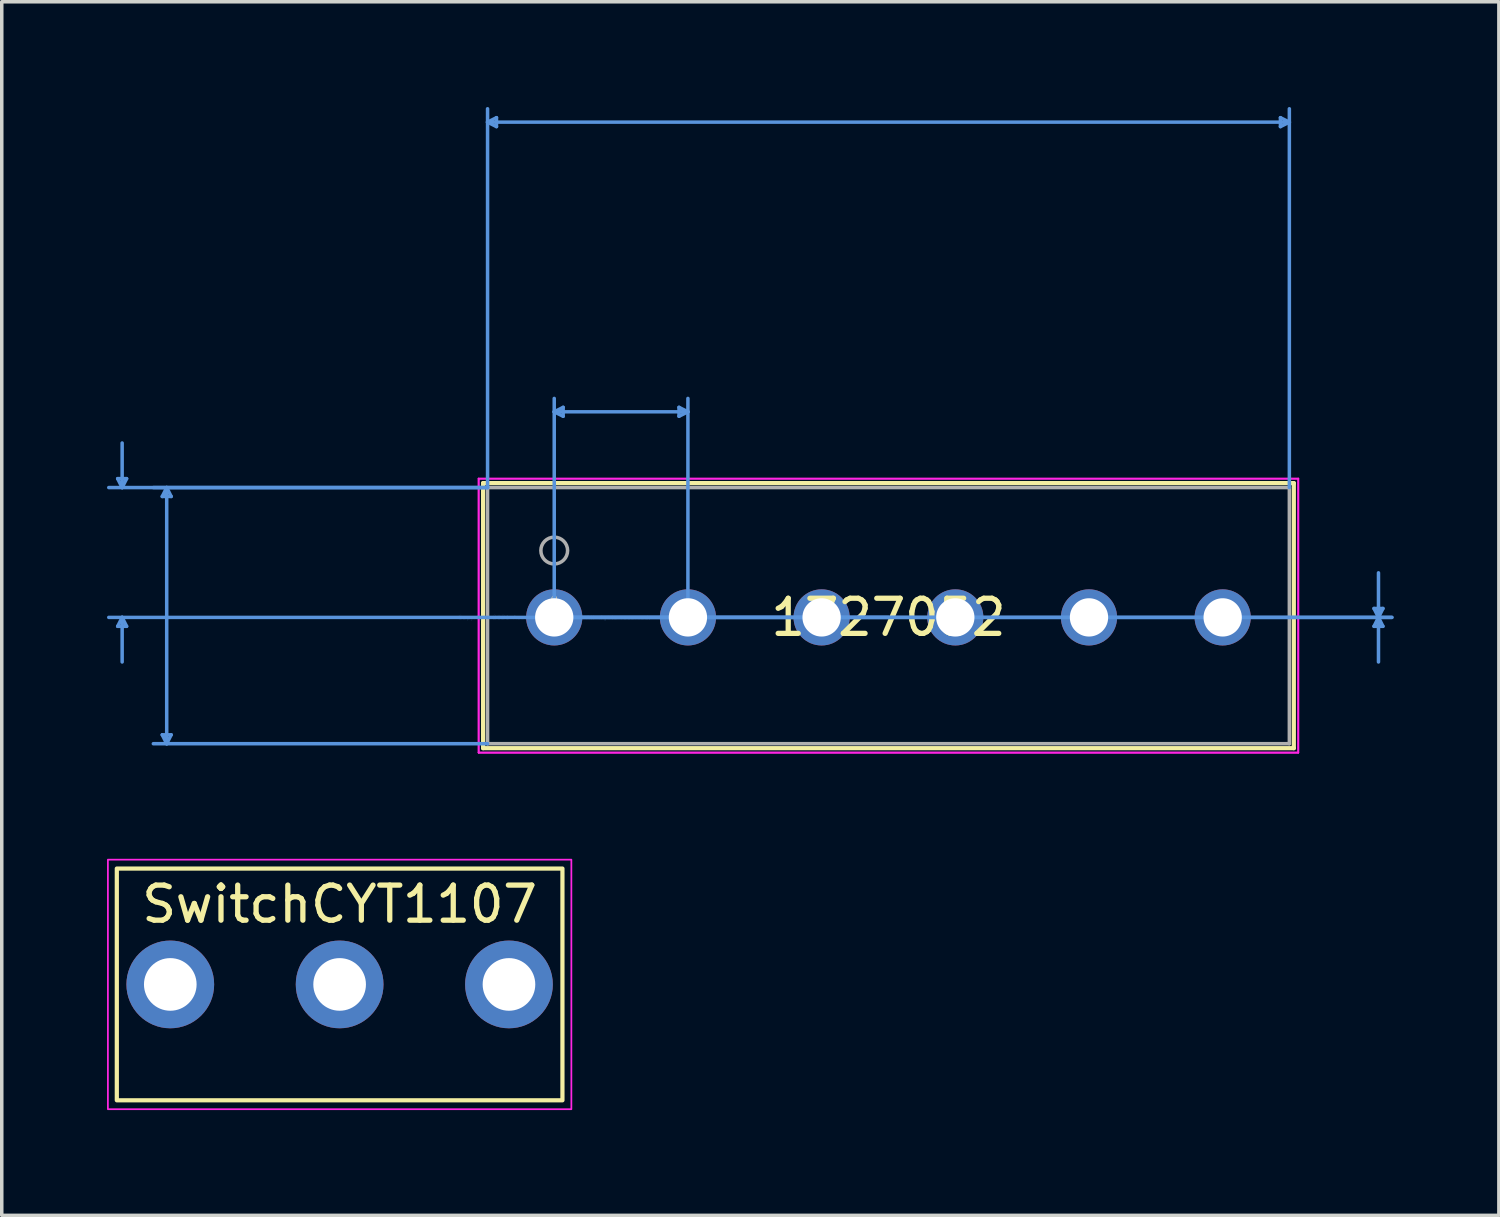
<source format=kicad_pcb>
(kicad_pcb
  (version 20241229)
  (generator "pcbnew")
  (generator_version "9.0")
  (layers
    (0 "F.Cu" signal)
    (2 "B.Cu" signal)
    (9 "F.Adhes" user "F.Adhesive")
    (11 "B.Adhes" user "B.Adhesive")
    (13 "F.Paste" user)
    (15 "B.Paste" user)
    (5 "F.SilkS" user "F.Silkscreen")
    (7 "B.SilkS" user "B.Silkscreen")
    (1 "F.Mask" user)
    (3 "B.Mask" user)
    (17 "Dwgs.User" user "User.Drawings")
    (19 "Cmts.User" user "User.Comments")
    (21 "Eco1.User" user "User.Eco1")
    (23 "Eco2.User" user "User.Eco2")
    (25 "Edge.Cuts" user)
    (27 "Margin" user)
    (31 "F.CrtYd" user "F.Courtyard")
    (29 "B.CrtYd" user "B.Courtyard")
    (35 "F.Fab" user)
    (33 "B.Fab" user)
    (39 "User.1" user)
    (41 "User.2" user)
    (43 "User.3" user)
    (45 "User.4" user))
  (footprint "1727052"
    (layer "F.Cu")
    (at 12.745 14.545)
    (property "Reference" "1727052" (at 9.525 0 0) (layer "F.SilkS") (effects (font (size 1 1) (thickness 0.15))))
    (attr through_hole)
    (fp_line (start -2.027 -3.827) (end -2.027 3.727) (stroke (width 0.12) (type solid)) (layer "F.SilkS"))
    (fp_line (start -2.027 3.727) (end 21.077 3.727) (stroke (width 0.12) (type solid)) (layer "F.SilkS"))
    (fp_line (start 21.077 -3.827) (end -2.027 -3.827) (stroke (width 0.12) (type solid)) (layer "F.SilkS"))
    (fp_line (start 21.077 3.727) (end 21.077 -3.827) (stroke (width 0.12) (type solid)) (layer "F.SilkS"))
    (fp_line (start -12.441 -3.954) (end -12.187 -3.954) (stroke (width 0.1) (type solid)) (layer "Cmts.User"))
    (fp_line (start -12.441 0.254) (end -12.187 0.254) (stroke (width 0.1) (type solid)) (layer "Cmts.User"))
    (fp_line (start -12.314 -3.7) (end -12.441 -3.954) (stroke (width 0.1) (type solid)) (layer "Cmts.User"))
    (fp_line (start -12.314 -3.7) (end -12.314 -4.97) (stroke (width 0.1) (type solid)) (layer "Cmts.User"))
    (fp_line (start -12.314 -3.7) (end -12.187 -3.954) (stroke (width 0.1) (type solid)) (layer "Cmts.User"))
    (fp_line (start -12.314 0) (end -12.441 0.254) (stroke (width 0.1) (type solid)) (layer "Cmts.User"))
    (fp_line (start -12.314 0) (end -12.314 1.27) (stroke (width 0.1) (type solid)) (layer "Cmts.User"))
    (fp_line (start -12.314 0) (end -12.187 0.254) (stroke (width 0.1) (type solid)) (layer "Cmts.User"))
    (fp_line (start -11.171 -3.446) (end -10.917 -3.446) (stroke (width 0.1) (type solid)) (layer "Cmts.User"))
    (fp_line (start -11.171 3.346) (end -10.917 3.346) (stroke (width 0.1) (type solid)) (layer "Cmts.User"))
    (fp_line (start -11.044 -3.7) (end -11.171 -3.446) (stroke (width 0.1) (type solid)) (layer "Cmts.User"))
    (fp_line (start -11.044 -3.7) (end -11.044 3.6) (stroke (width 0.1) (type solid)) (layer "Cmts.User"))
    (fp_line (start -11.044 -3.7) (end -10.917 -3.446) (stroke (width 0.1) (type solid)) (layer "Cmts.User"))
    (fp_line (start -11.044 3.6) (end -11.171 3.346) (stroke (width 0.1) (type solid)) (layer "Cmts.User"))
    (fp_line (start -11.044 3.6) (end -10.917 3.346) (stroke (width 0.1) (type solid)) (layer "Cmts.User"))
    (fp_line (start -1.9 -14.114) (end -1.646 -14.241) (stroke (width 0.1) (type solid)) (layer "Cmts.User"))
    (fp_line (start -1.9 -14.114) (end -1.646 -13.987) (stroke (width 0.1) (type solid)) (layer "Cmts.User"))
    (fp_line (start -1.9 -14.114) (end 20.95 -14.114) (stroke (width 0.1) (type solid)) (layer "Cmts.User"))
    (fp_line (start -1.9 -3.7) (end -12.695 -3.7) (stroke (width 0.1) (type solid)) (layer "Cmts.User"))
    (fp_line (start -1.9 -3.7) (end -11.425 -3.7) (stroke (width 0.1) (type solid)) (layer "Cmts.User"))
    (fp_line (start -1.9 -3.7) (end -1.9 -14.495) (stroke (width 0.1) (type solid)) (layer "Cmts.User"))
    (fp_line (start -1.9 3.6) (end -11.425 3.6) (stroke (width 0.1) (type solid)) (layer "Cmts.User"))
    (fp_line (start -1.646 -14.241) (end -1.646 -13.987) (stroke (width 0.1) (type solid)) (layer "Cmts.User"))
    (fp_line (start 0 -5.859) (end 0.254 -5.986) (stroke (width 0.1) (type solid)) (layer "Cmts.User"))
    (fp_line (start 0 -5.859) (end 0.254 -5.732) (stroke (width 0.1) (type solid)) (layer "Cmts.User"))
    (fp_line (start 0 -5.859) (end 3.81 -5.859) (stroke (width 0.1) (type solid)) (layer "Cmts.User"))
    (fp_line (start 0 0) (end 0 -6.24) (stroke (width 0.1) (type solid)) (layer "Cmts.User"))
    (fp_line (start 0 0) (end 23.871 0) (stroke (width 0.1) (type solid)) (layer "Cmts.User"))
    (fp_line (start 0 0) (end 23.871 0) (stroke (width 0.1) (type solid)) (layer "Cmts.User"))
    (fp_line (start 0.254 -5.986) (end 0.254 -5.732) (stroke (width 0.1) (type solid)) (layer "Cmts.User"))
    (fp_line (start 3.556 -5.986) (end 3.556 -5.732) (stroke (width 0.1) (type solid)) (layer "Cmts.User"))
    (fp_line (start 3.81 -5.859) (end 3.556 -5.986) (stroke (width 0.1) (type solid)) (layer "Cmts.User"))
    (fp_line (start 3.81 -5.859) (end 3.556 -5.732) (stroke (width 0.1) (type solid)) (layer "Cmts.User"))
    (fp_line (start 3.81 0) (end 3.81 -6.24) (stroke (width 0.1) (type solid)) (layer "Cmts.User"))
    (fp_line (start 9.525 0) (end -12.695 0) (stroke (width 0.1) (type solid)) (layer "Cmts.User"))
    (fp_line (start 20.696 -14.241) (end 20.696 -13.987) (stroke (width 0.1) (type solid)) (layer "Cmts.User"))
    (fp_line (start 20.95 -14.114) (end 20.696 -14.241) (stroke (width 0.1) (type solid)) (layer "Cmts.User"))
    (fp_line (start 20.95 -14.114) (end 20.696 -13.987) (stroke (width 0.1) (type solid)) (layer "Cmts.User"))
    (fp_line (start 20.95 -3.7) (end 20.95 -14.495) (stroke (width 0.1) (type solid)) (layer "Cmts.User"))
    (fp_line (start 23.363 -0.254) (end 23.617 -0.254) (stroke (width 0.1) (type solid)) (layer "Cmts.User"))
    (fp_line (start 23.363 0.254) (end 23.617 0.254) (stroke (width 0.1) (type solid)) (layer "Cmts.User"))
    (fp_line (start 23.49 0) (end 23.363 -0.254) (stroke (width 0.1) (type solid)) (layer "Cmts.User"))
    (fp_line (start 23.49 0) (end 23.363 0.254) (stroke (width 0.1) (type solid)) (layer "Cmts.User"))
    (fp_line (start 23.49 0) (end 23.49 -1.27) (stroke (width 0.1) (type solid)) (layer "Cmts.User"))
    (fp_line (start 23.49 0) (end 23.49 1.27) (stroke (width 0.1) (type solid)) (layer "Cmts.User"))
    (fp_line (start 23.49 0) (end 23.617 -0.254) (stroke (width 0.1) (type solid)) (layer "Cmts.User"))
    (fp_line (start 23.49 0) (end 23.617 0.254) (stroke (width 0.1) (type solid)) (layer "Cmts.User"))
    (fp_line (start -2.154 -3.954) (end -2.154 3.854) (stroke (width 0.05) (type solid)) (layer "F.CrtYd"))
    (fp_line (start -2.154 -3.954) (end -2.154 3.854) (stroke (width 0.05) (type solid)) (layer "F.CrtYd"))
    (fp_line (start -2.154 3.854) (end 21.204 3.854) (stroke (width 0.05) (type solid)) (layer "F.CrtYd"))
    (fp_line (start -2.154 3.854) (end 21.204 3.854) (stroke (width 0.05) (type solid)) (layer "F.CrtYd"))
    (fp_line (start 21.204 -3.954) (end -2.154 -3.954) (stroke (width 0.05) (type solid)) (layer "F.CrtYd"))
    (fp_line (start 21.204 -3.954) (end -2.154 -3.954) (stroke (width 0.05) (type solid)) (layer "F.CrtYd"))
    (fp_line (start 21.204 3.854) (end 21.204 -3.954) (stroke (width 0.05) (type solid)) (layer "F.CrtYd"))
    (fp_line (start 21.204 3.854) (end 21.204 -3.954) (stroke (width 0.05) (type solid)) (layer "F.CrtYd"))
    (fp_line (start -1.9 -3.7) (end -1.9 3.6) (stroke (width 0.1) (type solid)) (layer "F.Fab"))
    (fp_line (start -1.9 3.6) (end 20.95 3.6) (stroke (width 0.1) (type solid)) (layer "F.Fab"))
    (fp_line (start 20.95 -3.7) (end -1.9 -3.7) (stroke (width 0.1) (type solid)) (layer "F.Fab"))
    (fp_line (start 20.95 3.6) (end 20.95 -3.7) (stroke (width 0.1) (type solid)) (layer "F.Fab"))
    (fp_circle (center 0 -1.905) (end 0.381 -1.905) (stroke (width 0.1) (type solid)) (fill no) (layer "F.Fab"))
    (fp_text user "*" (at 0 0 0) (layer "F.SilkS") (effects (font (size 1 1) (thickness 0.15))))
    (fp_text user "Copyright 2021 Accelerated Designs. All rights reserved." (at 0 0 0) (layer "Cmts.User") (effects (font (size 0.127 0.127) (thickness 0.002))))
    (fp_text user "*" (at 0 0 0) (layer "F.Fab") (effects (font (size 1 1) (thickness 0.15))))
    (pad "1" thru_hole circle (at 0 0) (size 1.6 1.6) (drill 1.092) (layers "*.Cu" "*.Mask"))
    (pad "2" thru_hole circle (at 3.81 0) (size 1.6 1.6) (drill 1.092) (layers "*.Cu" "*.Mask"))
    (pad "3" thru_hole circle (at 7.62 0) (size 1.6 1.6) (drill 1.092) (layers "*.Cu" "*.Mask"))
    (pad "4" thru_hole circle (at 11.43 0) (size 1.6 1.6) (drill 1.092) (layers "*.Cu" "*.Mask"))
    (pad "5" thru_hole circle (at 15.24 0) (size 1.6 1.6) (drill 1.092) (layers "*.Cu" "*.Mask"))
    (pad "6" thru_hole circle (at 19.05 0) (size 1.6 1.6) (drill 1.092) (layers "*.Cu" "*.Mask")))
  (footprint "SwitchCYT1107"
    (layer "F.Cu")
    (at 6.629 25.005)
    (property "Reference" "SwitchCYT1107" (at 0 -2.286 0) (unlocked yes) (layer "F.SilkS") (effects (font (size 1 1) (thickness 0.15))))
    (attr through_hole)
    (fp_rect (start -6.35 -3.302) (end 6.35 3.302) (stroke (width 0.12) (type solid)) (fill no) (layer "F.SilkS"))
    (fp_rect (start -6.604 -3.556) (end 6.604 3.556) (stroke (width 0.05) (type solid)) (fill no) (layer "F.CrtYd"))
    (pad "1" thru_hole circle (at -4.826 0) (size 2.5 2.5) (drill 1.5) (layers "*.Cu" "*.Mask"))
    (pad "2" thru_hole circle (at 0 0) (size 2.5 2.5) (drill 1.5) (layers "*.Cu" "*.Mask"))
    (pad "3" thru_hole circle (at 4.826 0) (size 2.5 2.5) (drill 1.5) (layers "*.Cu" "*.Mask")))
  (gr_rect
    (start -3 -3)
    (end 39.666 31.586)
    (stroke (width 0.1) (type default))
    (fill no)
    (layer "Edge.Cuts")))
</source>
